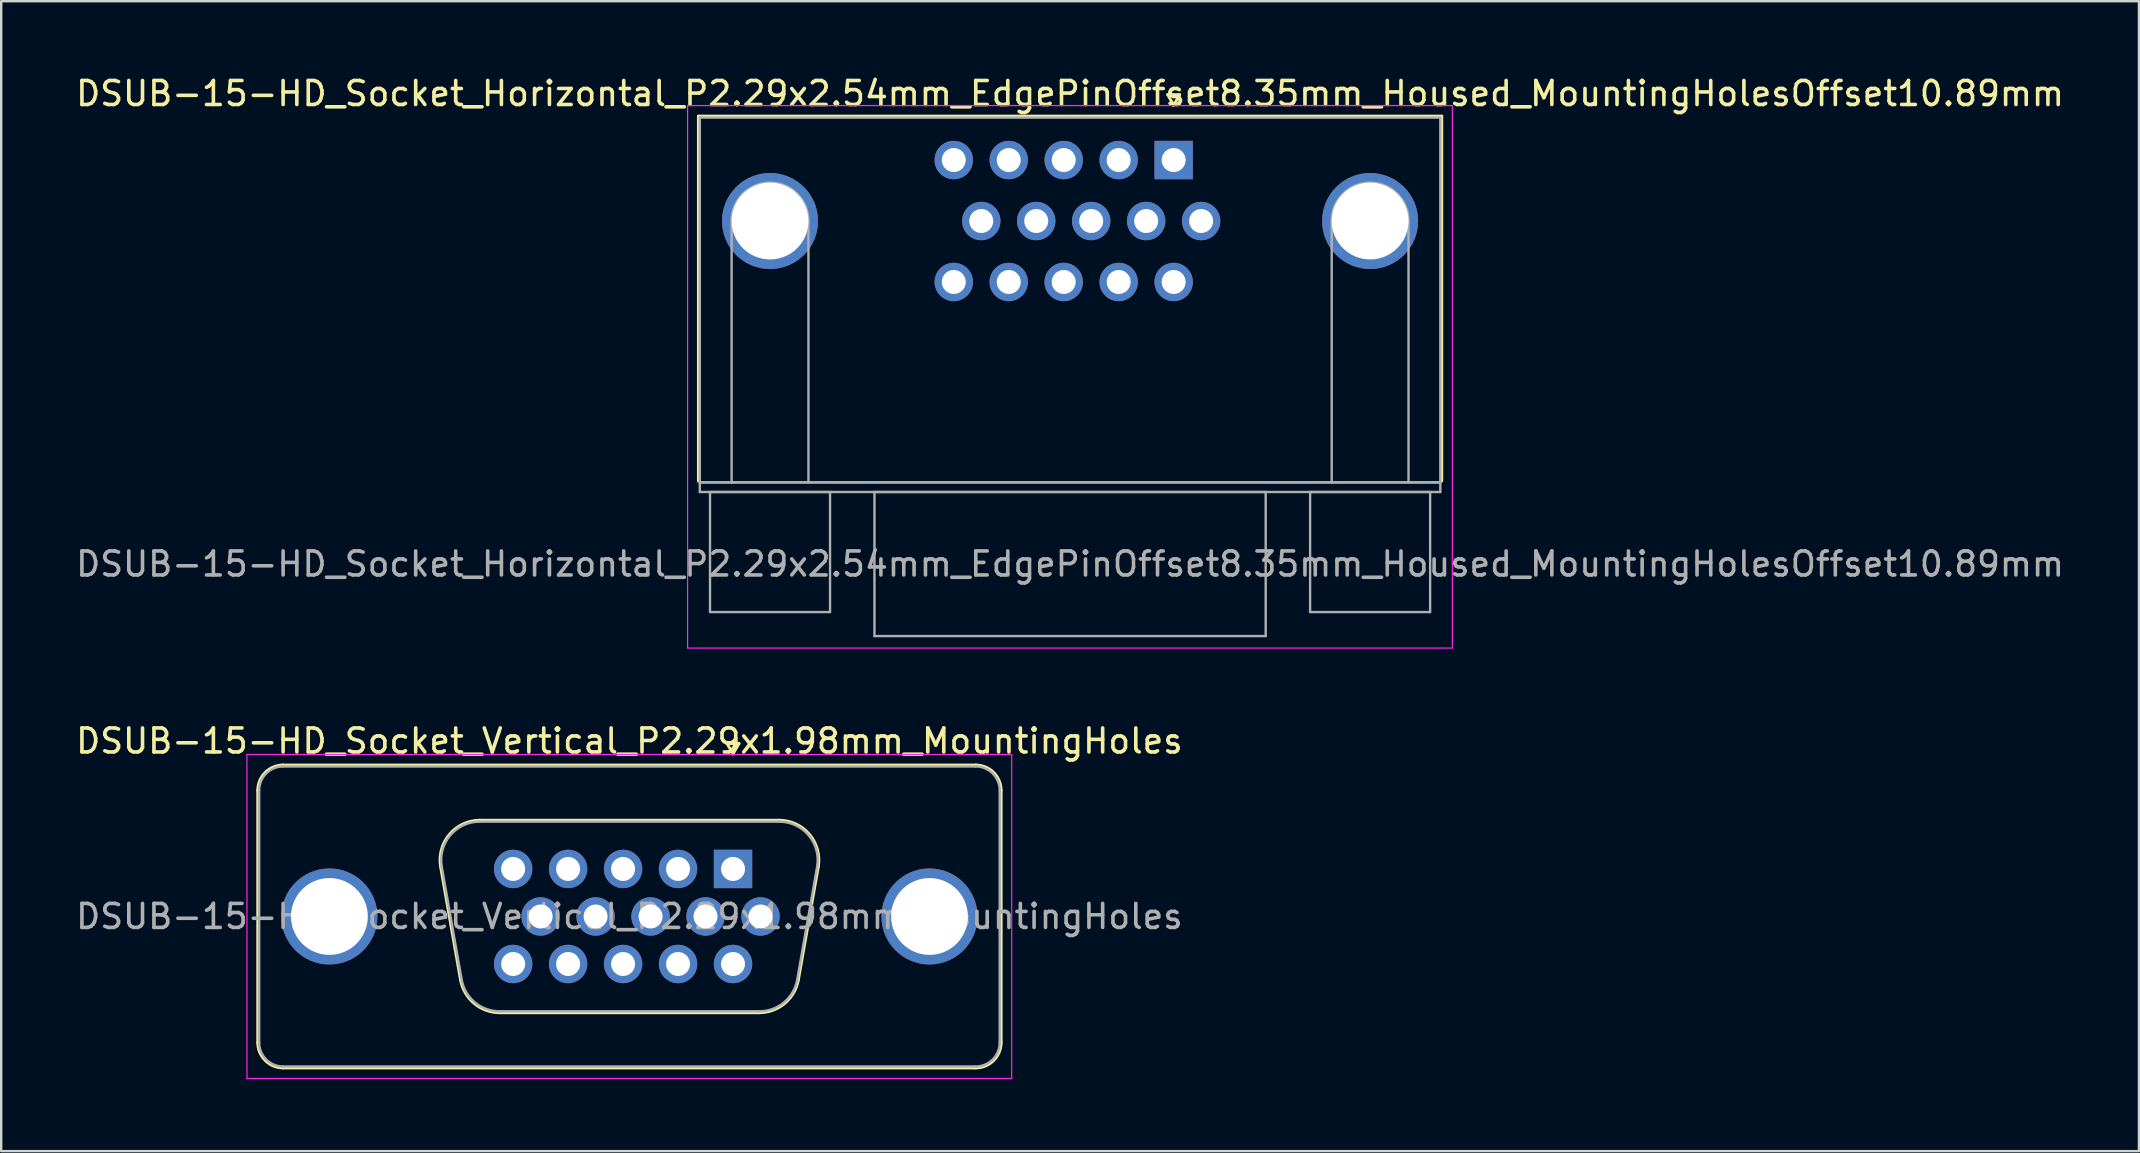
<source format=kicad_pcb>
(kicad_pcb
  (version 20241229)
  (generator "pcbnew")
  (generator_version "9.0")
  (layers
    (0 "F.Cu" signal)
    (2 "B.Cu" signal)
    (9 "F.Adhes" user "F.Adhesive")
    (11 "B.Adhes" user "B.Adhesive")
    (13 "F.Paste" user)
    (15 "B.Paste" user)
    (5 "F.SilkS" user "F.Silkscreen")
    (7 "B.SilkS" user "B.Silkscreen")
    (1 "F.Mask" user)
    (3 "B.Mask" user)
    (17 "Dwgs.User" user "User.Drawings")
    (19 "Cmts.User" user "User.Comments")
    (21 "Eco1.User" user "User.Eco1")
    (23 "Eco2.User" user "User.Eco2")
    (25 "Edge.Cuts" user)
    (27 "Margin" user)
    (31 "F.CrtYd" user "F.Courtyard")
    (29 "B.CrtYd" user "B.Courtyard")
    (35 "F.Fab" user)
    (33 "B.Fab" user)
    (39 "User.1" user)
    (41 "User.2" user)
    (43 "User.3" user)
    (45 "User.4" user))
  (footprint "DSUB-15-HD_Socket_Vertical_P2.29x1.98mm_MountingHoles"
    (layer "F.Cu")
    (at 27.488 33.151)
    (property "Reference" "DSUB-15-HD_Socket_Vertical_P2.29x1.98mm_MountingHoles" (at -4.315 -5.33 0) (layer "F.SilkS") (effects (font (size 1 1) (thickness 0.15))))
    (attr through_hole)
    (fp_line (start -19.8 7.23) (end -19.8 -3.27) (stroke (width 0.12) (type solid)) (layer "F.SilkS"))
    (fp_line (start -18.74 -4.33) (end 10.11 -4.33) (stroke (width 0.12) (type solid)) (layer "F.SilkS"))
    (fp_line (start -11.353 4.618) (end -12.181 -0.082) (stroke (width 0.12) (type solid)) (layer "F.SilkS"))
    (fp_line (start -10.547 -2.03) (end 1.917 -2.03) (stroke (width 0.12) (type solid)) (layer "F.SilkS"))
    (fp_line (start -0.25 -5.224) (end 0.25 -5.224) (stroke (width 0.12) (type solid)) (layer "F.SilkS"))
    (fp_line (start 0 -4.791) (end -0.25 -5.224) (stroke (width 0.12) (type solid)) (layer "F.SilkS"))
    (fp_line (start 0.25 -5.224) (end 0 -4.791) (stroke (width 0.12) (type solid)) (layer "F.SilkS"))
    (fp_line (start 1.088 5.99) (end -9.718 5.99) (stroke (width 0.12) (type solid)) (layer "F.SilkS"))
    (fp_line (start 3.551 -0.082) (end 2.723 4.618) (stroke (width 0.12) (type solid)) (layer "F.SilkS"))
    (fp_line (start 10.11 8.29) (end -18.74 8.29) (stroke (width 0.12) (type solid)) (layer "F.SilkS"))
    (fp_line (start 11.17 -3.27) (end 11.17 7.23) (stroke (width 0.12) (type solid)) (layer "F.SilkS"))
    (fp_arc (start -19.8 -3.27) (mid -19.489533 -4.019533) (end -18.74 -4.33) (stroke (width 0.12) (type solid)) (layer "F.SilkS"))
    (fp_arc (start -18.74 8.29) (mid -19.489533 7.979533) (end -19.8 7.23) (stroke (width 0.12) (type solid)) (layer "F.SilkS"))
    (fp_arc (start -12.18147 -0.081744) (mid -11.818323 -1.437027) (end -10.546689 -2.03) (stroke (width 0.12) (type solid)) (layer "F.SilkS"))
    (fp_arc (start -9.717952 5.99) (mid -10.78498 5.601634) (end -11.352733 4.618256) (stroke (width 0.12) (type solid)) (layer "F.SilkS"))
    (fp_arc (start 1.916689 -2.03) (mid 3.188323 -1.437027) (end 3.55147 -0.081744) (stroke (width 0.12) (type solid)) (layer "F.SilkS"))
    (fp_arc (start 2.722733 4.618256) (mid 2.15498 5.601634) (end 1.087952 5.99) (stroke (width 0.12) (type solid)) (layer "F.SilkS"))
    (fp_arc (start 10.11 -4.33) (mid 10.859533 -4.019533) (end 11.17 -3.27) (stroke (width 0.12) (type solid)) (layer "F.SilkS"))
    (fp_arc (start 11.17 7.23) (mid 10.859533 7.979533) (end 10.11 8.29) (stroke (width 0.12) (type solid)) (layer "F.SilkS"))
    (fp_line (start -20.25 -4.77) (end -20.25 8.73) (stroke (width 0.05) (type solid)) (layer "F.CrtYd"))
    (fp_line (start -20.25 8.73) (end 11.61 8.73) (stroke (width 0.05) (type solid)) (layer "F.CrtYd"))
    (fp_line (start 11.61 -4.77) (end -20.25 -4.77) (stroke (width 0.05) (type solid)) (layer "F.CrtYd"))
    (fp_line (start 11.61 8.73) (end 11.61 -4.77) (stroke (width 0.05) (type solid)) (layer "F.CrtYd"))
    (fp_line (start -19.74 7.23) (end -19.74 -3.27) (stroke (width 0.1) (type solid)) (layer "F.Fab"))
    (fp_line (start -18.74 -4.27) (end 10.11 -4.27) (stroke (width 0.1) (type solid)) (layer "F.Fab"))
    (fp_line (start -11.305 4.608) (end -12.134 -0.092) (stroke (width 0.1) (type solid)) (layer "F.Fab"))
    (fp_line (start -10.558 -1.97) (end 1.928 -1.97) (stroke (width 0.1) (type solid)) (layer "F.Fab"))
    (fp_line (start 1.099 5.93) (end -9.729 5.93) (stroke (width 0.1) (type solid)) (layer "F.Fab"))
    (fp_line (start 3.504 -0.092) (end 2.675 4.608) (stroke (width 0.1) (type solid)) (layer "F.Fab"))
    (fp_line (start 10.11 8.23) (end -18.74 8.23) (stroke (width 0.1) (type solid)) (layer "F.Fab"))
    (fp_line (start 11.11 -3.27) (end 11.11 7.23) (stroke (width 0.1) (type solid)) (layer "F.Fab"))
    (fp_arc (start -19.74 -3.27) (mid -19.447107 -3.977107) (end -18.74 -4.27) (stroke (width 0.1) (type solid)) (layer "F.Fab"))
    (fp_arc (start -18.74 8.23) (mid -19.447107 7.937107) (end -19.74 7.23) (stroke (width 0.1) (type solid)) (layer "F.Fab"))
    (fp_arc (start -12.133887 -0.092163) (mid -11.783865 -1.39846) (end -10.558194 -1.97) (stroke (width 0.1) (type solid)) (layer "F.Fab"))
    (fp_arc (start -9.729457 5.93) (mid -10.757918 5.555671) (end -11.30515 4.607837) (stroke (width 0.1) (type solid)) (layer "F.Fab"))
    (fp_arc (start 1.928194 -1.97) (mid 3.153865 -1.39846) (end 3.503887 -0.092163) (stroke (width 0.1) (type solid)) (layer "F.Fab"))
    (fp_arc (start 2.67515 4.607837) (mid 2.127918 5.555671) (end 1.099457 5.93) (stroke (width 0.1) (type solid)) (layer "F.Fab"))
    (fp_arc (start 10.11 -4.27) (mid 10.817107 -3.977107) (end 11.11 -3.27) (stroke (width 0.1) (type solid)) (layer "F.Fab"))
    (fp_arc (start 11.11 7.23) (mid 10.817107 7.937107) (end 10.11 8.23) (stroke (width 0.1) (type solid)) (layer "F.Fab"))
    (fp_text user "${REFERENCE}" (at -4.315 1.98 0) (layer "F.Fab") (effects (font (size 1 1) (thickness 0.15))))
    (pad "0" thru_hole circle (at -16.815 1.98) (size 4 4) (drill 3.2) (layers "*.Cu" "*.Mask"))
    (pad "0" thru_hole circle (at 8.185 1.98) (size 4 4) (drill 3.2) (layers "*.Cu" "*.Mask"))
    (pad "1" thru_hole rect (at 0 0) (size 1.6 1.6) (drill 1) (layers "*.Cu" "*.Mask"))
    (pad "2" thru_hole circle (at -2.29 0) (size 1.6 1.6) (drill 1) (layers "*.Cu" "*.Mask"))
    (pad "3" thru_hole circle (at -4.58 0) (size 1.6 1.6) (drill 1) (layers "*.Cu" "*.Mask"))
    (pad "4" thru_hole circle (at -6.87 0) (size 1.6 1.6) (drill 1) (layers "*.Cu" "*.Mask"))
    (pad "5" thru_hole circle (at -9.16 0) (size 1.6 1.6) (drill 1) (layers "*.Cu" "*.Mask"))
    (pad "6" thru_hole circle (at 1.145 1.98) (size 1.6 1.6) (drill 1) (layers "*.Cu" "*.Mask"))
    (pad "7" thru_hole circle (at -1.145 1.98) (size 1.6 1.6) (drill 1) (layers "*.Cu" "*.Mask"))
    (pad "8" thru_hole circle (at -3.435 1.98) (size 1.6 1.6) (drill 1) (layers "*.Cu" "*.Mask"))
    (pad "9" thru_hole circle (at -5.725 1.98) (size 1.6 1.6) (drill 1) (layers "*.Cu" "*.Mask"))
    (pad "10" thru_hole circle (at -8.015 1.98) (size 1.6 1.6) (drill 1) (layers "*.Cu" "*.Mask"))
    (pad "11" thru_hole circle (at 0 3.96) (size 1.6 1.6) (drill 1) (layers "*.Cu" "*.Mask"))
    (pad "12" thru_hole circle (at -2.29 3.96) (size 1.6 1.6) (drill 1) (layers "*.Cu" "*.Mask"))
    (pad "13" thru_hole circle (at -4.58 3.96) (size 1.6 1.6) (drill 1) (layers "*.Cu" "*.Mask"))
    (pad "14" thru_hole circle (at -6.87 3.96) (size 1.6 1.6) (drill 1) (layers "*.Cu" "*.Mask"))
    (pad "15" thru_hole circle (at -9.16 3.96) (size 1.6 1.6) (drill 1) (layers "*.Cu" "*.Mask")))
  (footprint "DSUB-15-HD_Socket_Horizontal_P2.29x2.54mm_EdgePinOffset8.35mm_Housed_MountingHolesOffset10.89mm"
    (layer "F.Cu")
    (at 45.845 3.618)
    (property "Reference" "DSUB-15-HD_Socket_Horizontal_P2.29x2.54mm_EdgePinOffset8.35mm_Housed_MountingHolesOffset10.89mm" (at -4.315 -2.77 0) (layer "F.SilkS") (effects (font (size 1 1) (thickness 0.15))))
    (attr through_hole)
    (fp_line (start -19.8 -1.83) (end 11.17 -1.83) (stroke (width 0.12) (type solid)) (layer "F.SilkS"))
    (fp_line (start -19.8 13.37) (end -19.8 -1.83) (stroke (width 0.12) (type solid)) (layer "F.SilkS"))
    (fp_line (start -0.25 -2.724) (end 0.25 -2.724) (stroke (width 0.12) (type solid)) (layer "F.SilkS"))
    (fp_line (start 0 -2.291) (end -0.25 -2.724) (stroke (width 0.12) (type solid)) (layer "F.SilkS"))
    (fp_line (start 0.25 -2.724) (end 0 -2.291) (stroke (width 0.12) (type solid)) (layer "F.SilkS"))
    (fp_line (start 11.17 -1.83) (end 11.17 13.37) (stroke (width 0.12) (type solid)) (layer "F.SilkS"))
    (fp_line (start -20.25 -2.27) (end -20.25 20.33) (stroke (width 0.05) (type solid)) (layer "F.CrtYd"))
    (fp_line (start -20.25 20.33) (end 11.61 20.33) (stroke (width 0.05) (type solid)) (layer "F.CrtYd"))
    (fp_line (start 11.61 -2.27) (end -20.25 -2.27) (stroke (width 0.05) (type solid)) (layer "F.CrtYd"))
    (fp_line (start 11.61 20.33) (end 11.61 -2.27) (stroke (width 0.05) (type solid)) (layer "F.CrtYd"))
    (fp_line (start -19.74 -1.77) (end -19.74 13.43) (stroke (width 0.1) (type solid)) (layer "F.Fab"))
    (fp_line (start -19.74 13.43) (end -19.74 13.83) (stroke (width 0.1) (type solid)) (layer "F.Fab"))
    (fp_line (start -19.74 13.43) (end 11.11 13.43) (stroke (width 0.1) (type solid)) (layer "F.Fab"))
    (fp_line (start -19.74 13.83) (end 11.11 13.83) (stroke (width 0.1) (type solid)) (layer "F.Fab"))
    (fp_line (start -19.315 13.83) (end -19.315 18.83) (stroke (width 0.1) (type solid)) (layer "F.Fab"))
    (fp_line (start -19.315 18.83) (end -14.315 18.83) (stroke (width 0.1) (type solid)) (layer "F.Fab"))
    (fp_line (start -18.415 13.43) (end -18.415 2.54) (stroke (width 0.1) (type solid)) (layer "F.Fab"))
    (fp_line (start -15.215 13.43) (end -15.215 2.54) (stroke (width 0.1) (type solid)) (layer "F.Fab"))
    (fp_line (start -14.315 13.83) (end -19.315 13.83) (stroke (width 0.1) (type solid)) (layer "F.Fab"))
    (fp_line (start -14.315 18.83) (end -14.315 13.83) (stroke (width 0.1) (type solid)) (layer "F.Fab"))
    (fp_line (start -12.465 13.83) (end -12.465 19.83) (stroke (width 0.1) (type solid)) (layer "F.Fab"))
    (fp_line (start -12.465 19.83) (end 3.835 19.83) (stroke (width 0.1) (type solid)) (layer "F.Fab"))
    (fp_line (start 3.835 13.83) (end -12.465 13.83) (stroke (width 0.1) (type solid)) (layer "F.Fab"))
    (fp_line (start 3.835 19.83) (end 3.835 13.83) (stroke (width 0.1) (type solid)) (layer "F.Fab"))
    (fp_line (start 5.685 13.83) (end 5.685 18.83) (stroke (width 0.1) (type solid)) (layer "F.Fab"))
    (fp_line (start 5.685 18.83) (end 10.685 18.83) (stroke (width 0.1) (type solid)) (layer "F.Fab"))
    (fp_line (start 6.585 13.43) (end 6.585 2.54) (stroke (width 0.1) (type solid)) (layer "F.Fab"))
    (fp_line (start 9.785 13.43) (end 9.785 2.54) (stroke (width 0.1) (type solid)) (layer "F.Fab"))
    (fp_line (start 10.685 13.83) (end 5.685 13.83) (stroke (width 0.1) (type solid)) (layer "F.Fab"))
    (fp_line (start 10.685 18.83) (end 10.685 13.83) (stroke (width 0.1) (type solid)) (layer "F.Fab"))
    (fp_line (start 11.11 -1.77) (end -19.74 -1.77) (stroke (width 0.1) (type solid)) (layer "F.Fab"))
    (fp_line (start 11.11 13.43) (end -19.74 13.43) (stroke (width 0.1) (type solid)) (layer "F.Fab"))
    (fp_line (start 11.11 13.43) (end 11.11 -1.77) (stroke (width 0.1) (type solid)) (layer "F.Fab"))
    (fp_line (start 11.11 13.83) (end 11.11 13.43) (stroke (width 0.1) (type solid)) (layer "F.Fab"))
    (fp_arc (start -18.415 2.54) (mid -16.815 0.94) (end -15.215 2.54) (stroke (width 0.1) (type solid)) (layer "F.Fab"))
    (fp_arc (start 6.585 2.54) (mid 8.185 0.94) (end 9.785 2.54) (stroke (width 0.1) (type solid)) (layer "F.Fab"))
    (fp_text user "${REFERENCE}" (at -4.315 16.83 0) (layer "F.Fab") (effects (font (size 1 1) (thickness 0.15))))
    (pad "0" thru_hole circle (at -16.815 2.54) (size 4 4) (drill 3.2) (layers "*.Cu" "*.Mask"))
    (pad "0" thru_hole circle (at 8.185 2.54) (size 4 4) (drill 3.2) (layers "*.Cu" "*.Mask"))
    (pad "1" thru_hole rect (at 0 0) (size 1.6 1.6) (drill 1) (layers "*.Cu" "*.Mask"))
    (pad "2" thru_hole circle (at -2.29 0) (size 1.6 1.6) (drill 1) (layers "*.Cu" "*.Mask"))
    (pad "3" thru_hole circle (at -4.58 0) (size 1.6 1.6) (drill 1) (layers "*.Cu" "*.Mask"))
    (pad "4" thru_hole circle (at -6.87 0) (size 1.6 1.6) (drill 1) (layers "*.Cu" "*.Mask"))
    (pad "5" thru_hole circle (at -9.16 0) (size 1.6 1.6) (drill 1) (layers "*.Cu" "*.Mask"))
    (pad "6" thru_hole circle (at 1.145 2.54) (size 1.6 1.6) (drill 1) (layers "*.Cu" "*.Mask"))
    (pad "7" thru_hole circle (at -1.145 2.54) (size 1.6 1.6) (drill 1) (layers "*.Cu" "*.Mask"))
    (pad "8" thru_hole circle (at -3.435 2.54) (size 1.6 1.6) (drill 1) (layers "*.Cu" "*.Mask"))
    (pad "9" thru_hole circle (at -5.725 2.54) (size 1.6 1.6) (drill 1) (layers "*.Cu" "*.Mask"))
    (pad "10" thru_hole circle (at -8.015 2.54) (size 1.6 1.6) (drill 1) (layers "*.Cu" "*.Mask"))
    (pad "11" thru_hole circle (at 0 5.08) (size 1.6 1.6) (drill 1) (layers "*.Cu" "*.Mask"))
    (pad "12" thru_hole circle (at -2.29 5.08) (size 1.6 1.6) (drill 1) (layers "*.Cu" "*.Mask"))
    (pad "13" thru_hole circle (at -4.58 5.08) (size 1.6 1.6) (drill 1) (layers "*.Cu" "*.Mask"))
    (pad "14" thru_hole circle (at -6.87 5.08) (size 1.6 1.6) (drill 1) (layers "*.Cu" "*.Mask"))
    (pad "15" thru_hole circle (at -9.16 5.08) (size 1.6 1.6) (drill 1) (layers "*.Cu" "*.Mask")))
  (gr_rect
    (start -3 -3)
    (end 86.06 44.907)
    (stroke (width 0.1) (type default))
    (fill no)
    (layer "Edge.Cuts")))
</source>
